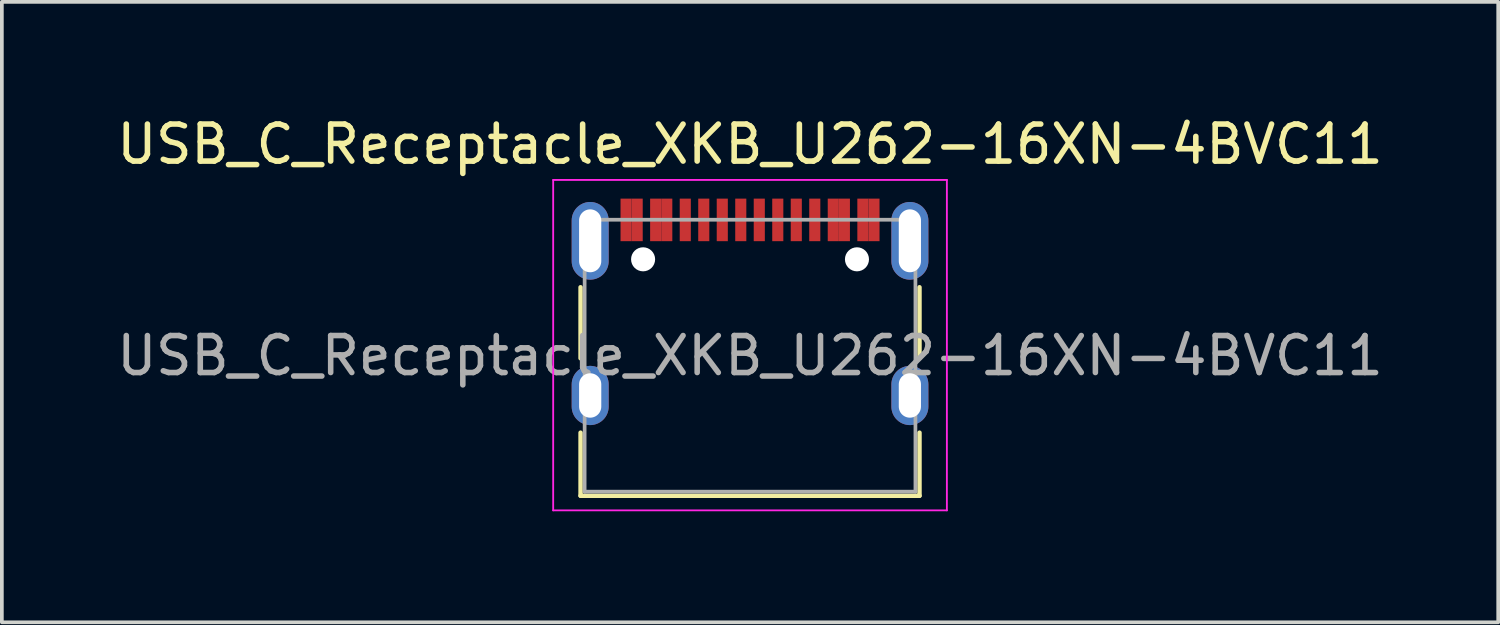
<source format=kicad_pcb>
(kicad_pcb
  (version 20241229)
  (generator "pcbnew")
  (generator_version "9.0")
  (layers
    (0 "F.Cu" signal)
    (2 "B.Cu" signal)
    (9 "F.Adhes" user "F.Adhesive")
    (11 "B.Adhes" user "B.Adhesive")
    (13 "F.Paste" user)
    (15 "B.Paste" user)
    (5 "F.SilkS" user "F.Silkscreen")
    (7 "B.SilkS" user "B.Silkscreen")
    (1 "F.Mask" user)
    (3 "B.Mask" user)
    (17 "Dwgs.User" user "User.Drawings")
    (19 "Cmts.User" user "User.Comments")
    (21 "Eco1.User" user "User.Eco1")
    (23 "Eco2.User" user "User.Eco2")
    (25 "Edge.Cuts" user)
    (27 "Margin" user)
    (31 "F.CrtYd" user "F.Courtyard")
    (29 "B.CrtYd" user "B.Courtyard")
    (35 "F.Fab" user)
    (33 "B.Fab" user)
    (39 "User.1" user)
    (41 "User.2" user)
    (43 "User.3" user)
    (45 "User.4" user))
  (footprint "USB_C_Receptacle_XKB_U262-16XN-4BVC11"
    (layer "F.Cu")
    (at 17.22 6.563)
    (property "Reference" "USB_C_Receptacle_XKB_U262-16XN-4BVC11" (at 0 -5.715 180) (layer "F.SilkS") (effects (font (size 1 1) (thickness 0.15))))
    (attr smd)
    (fp_line (start -4.58 -1.85) (end -4.58 0.07) (stroke (width 0.12) (type solid)) (layer "F.SilkS"))
    (fp_line (start -4.58 3.785) (end -4.58 2.08) (stroke (width 0.12) (type solid)) (layer "F.SilkS"))
    (fp_line (start 4.58 0.07) (end 4.58 -1.85) (stroke (width 0.12) (type solid)) (layer "F.SilkS"))
    (fp_line (start 4.58 2.08) (end 4.58 3.785) (stroke (width 0.12) (type solid)) (layer "F.SilkS"))
    (fp_line (start 4.58 3.785) (end -4.58 3.785) (stroke (width 0.12) (type solid)) (layer "F.SilkS"))
    (fp_line (start -5.32 -4.75) (end 5.32 -4.75) (stroke (width 0.05) (type solid)) (layer "F.CrtYd"))
    (fp_line (start -5.32 4.18) (end -5.32 -4.75) (stroke (width 0.05) (type solid)) (layer "F.CrtYd"))
    (fp_line (start 5.32 -4.75) (end 5.32 4.18) (stroke (width 0.05) (type solid)) (layer "F.CrtYd"))
    (fp_line (start 5.32 4.18) (end -5.32 4.18) (stroke (width 0.05) (type solid)) (layer "F.CrtYd"))
    (fp_line (start -4.47 -3.675) (end -4.47 3.675) (stroke (width 0.1) (type solid)) (layer "F.Fab"))
    (fp_line (start -4.47 -3.675) (end 4.47 -3.675) (stroke (width 0.1) (type solid)) (layer "F.Fab"))
    (fp_line (start -4.47 3.675) (end 4.47 3.675) (stroke (width 0.1) (type solid)) (layer "F.Fab"))
    (fp_line (start 4.47 3.675) (end 4.47 -3.675) (stroke (width 0.1) (type solid)) (layer "F.Fab"))
    (fp_text user "${REFERENCE}" (at 0 0 180) (layer "F.Fab") (effects (font (size 1 1) (thickness 0.15))))
    (pad "" np_thru_hole circle (at -2.89 -2.605) (size 0.65 0.65) (drill 0.65) (layers "*.Cu" "*.Mask"))
    (pad "" np_thru_hole circle (at 2.89 -2.605) (size 0.65 0.65) (drill 0.65) (layers "*.Cu" "*.Mask"))
    (pad "A1" smd rect (at -3.35 -3.67) (size 0.3 1.15) (layers "F.Cu" "F.Mask" "F.Paste"))
    (pad "A4" smd rect (at -2.55 -3.67) (size 0.3 1.15) (layers "F.Cu" "F.Mask" "F.Paste"))
    (pad "A5" smd rect (at -1.25 -3.67) (size 0.3 1.15) (layers "F.Cu" "F.Mask" "F.Paste"))
    (pad "A6" smd rect (at -0.25 -3.67) (size 0.3 1.15) (layers "F.Cu" "F.Mask" "F.Paste"))
    (pad "A7" smd rect (at 0.25 -3.67) (size 0.3 1.15) (layers "F.Cu" "F.Mask" "F.Paste"))
    (pad "A8" smd rect (at 1.25 -3.67) (size 0.3 1.15) (layers "F.Cu" "F.Mask" "F.Paste"))
    (pad "A9" smd rect (at 2.55 -3.67) (size 0.3 1.15) (layers "F.Cu" "F.Mask" "F.Paste"))
    (pad "A12" smd rect (at 3.35 -3.67) (size 0.3 1.15) (layers "F.Cu" "F.Mask" "F.Paste"))
    (pad "B1" smd rect (at 3.05 -3.67) (size 0.3 1.15) (layers "F.Cu" "F.Mask" "F.Paste"))
    (pad "B4" smd rect (at 2.25 -3.67) (size 0.3 1.15) (layers "F.Cu" "F.Mask" "F.Paste"))
    (pad "B5" smd rect (at 1.75 -3.67) (size 0.3 1.15) (layers "F.Cu" "F.Mask" "F.Paste"))
    (pad "B6" smd rect (at 0.75 -3.67) (size 0.3 1.15) (layers "F.Cu" "F.Mask" "F.Paste"))
    (pad "B7" smd rect (at -0.75 -3.67) (size 0.3 1.15) (layers "F.Cu" "F.Mask" "F.Paste"))
    (pad "B8" smd rect (at -1.75 -3.67) (size 0.3 1.15) (layers "F.Cu" "F.Mask" "F.Paste"))
    (pad "B9" smd rect (at -2.25 -3.67) (size 0.3 1.15) (layers "F.Cu" "F.Mask" "F.Paste"))
    (pad "B12" smd rect (at -3.05 -3.67) (size 0.3 1.15) (layers "F.Cu" "F.Mask" "F.Paste"))
    (pad "S1" thru_hole oval (at -4.32 -3.105) (size 1 2.1) (drill oval 0.6 1.7) (layers "*.Cu" "*.Mask"))
    (pad "S1" thru_hole oval (at -4.32 1.075) (size 1 1.6) (drill oval 0.6 1.2) (layers "*.Cu" "*.Mask"))
    (pad "S1" thru_hole oval (at 4.32 -3.105) (size 1 2.1) (drill oval 0.6 1.7) (layers "*.Cu" "*.Mask"))
    (pad "S1" thru_hole oval (at 4.32 1.075) (size 1 1.6) (drill oval 0.6 1.2) (layers "*.Cu" "*.Mask")))
  (gr_rect
    (start -3 -3)
    (end 37.44 13.768)
    (stroke (width 0.1) (type default))
    (fill no)
    (layer "Edge.Cuts")))
</source>
